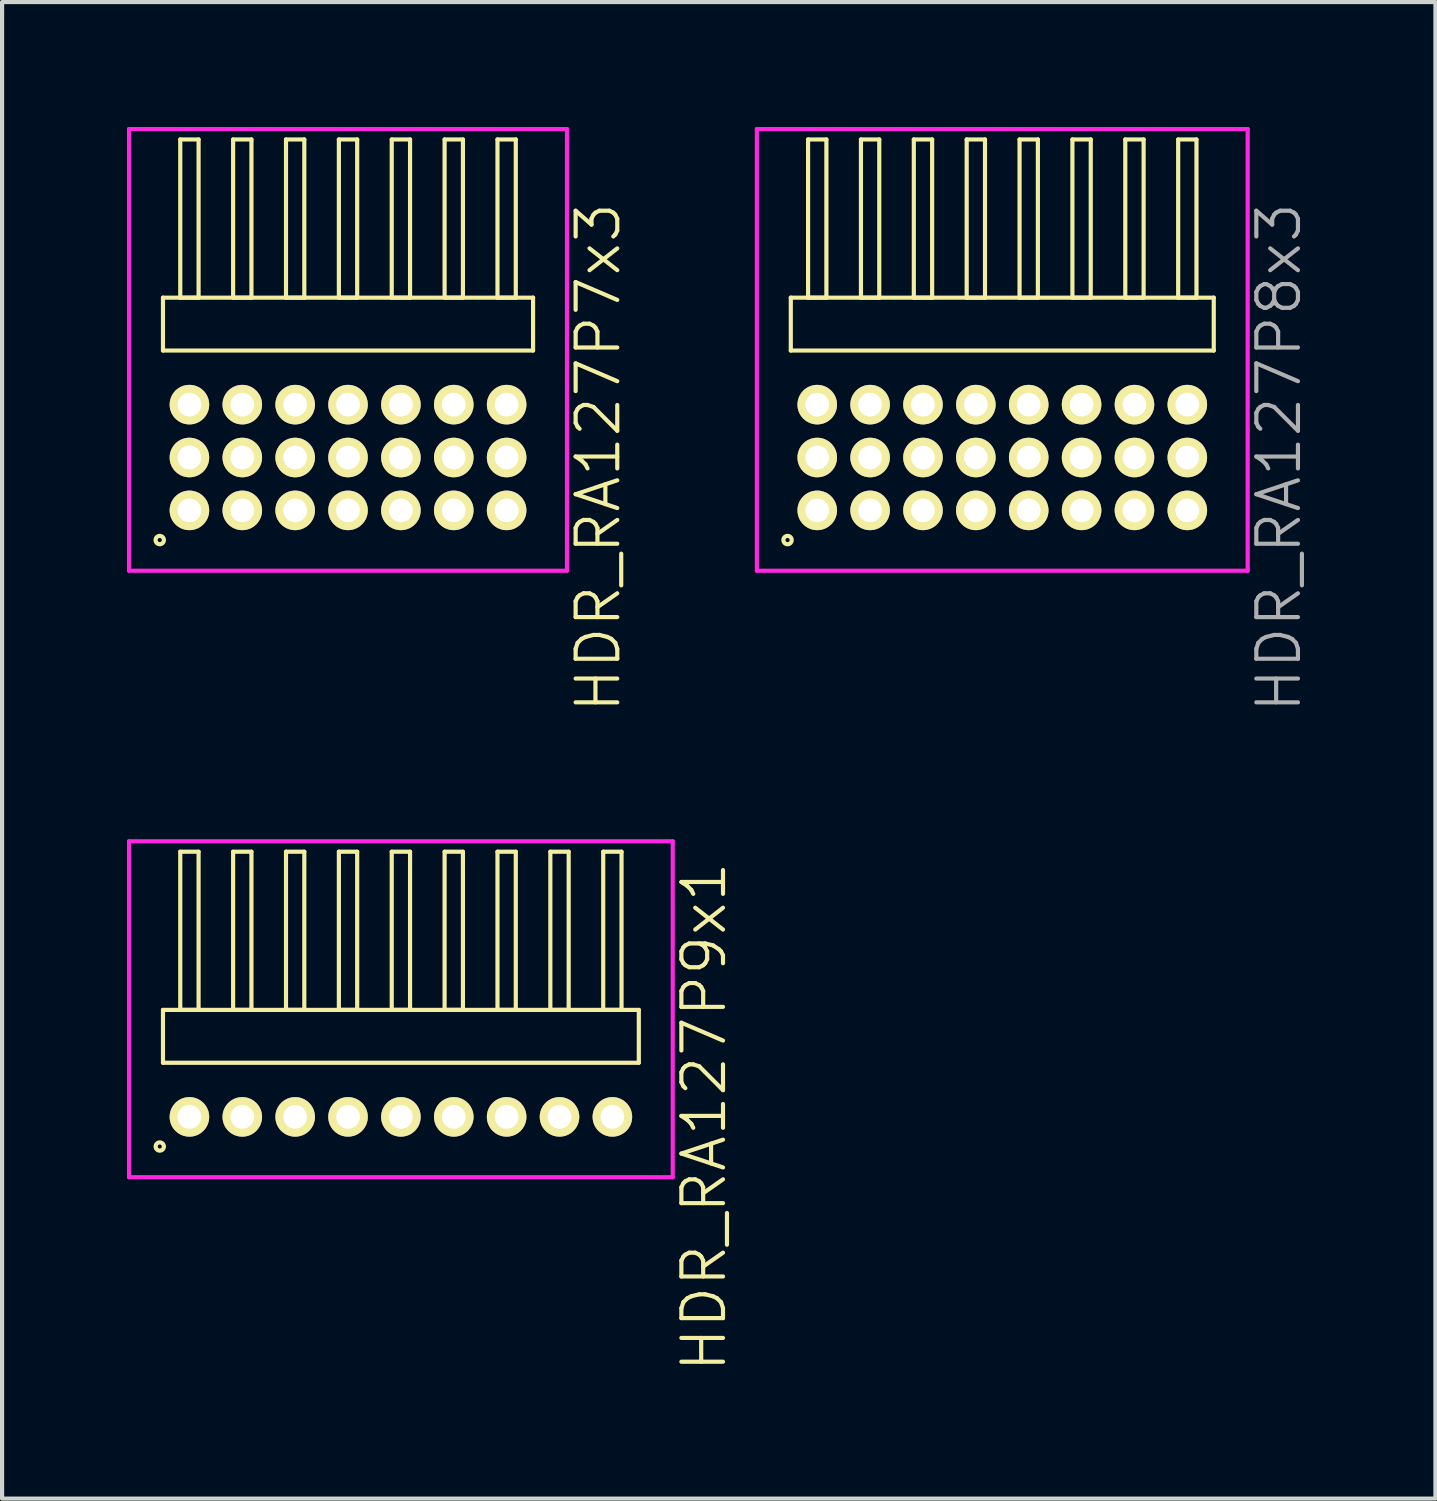
<source format=kicad_pcb>
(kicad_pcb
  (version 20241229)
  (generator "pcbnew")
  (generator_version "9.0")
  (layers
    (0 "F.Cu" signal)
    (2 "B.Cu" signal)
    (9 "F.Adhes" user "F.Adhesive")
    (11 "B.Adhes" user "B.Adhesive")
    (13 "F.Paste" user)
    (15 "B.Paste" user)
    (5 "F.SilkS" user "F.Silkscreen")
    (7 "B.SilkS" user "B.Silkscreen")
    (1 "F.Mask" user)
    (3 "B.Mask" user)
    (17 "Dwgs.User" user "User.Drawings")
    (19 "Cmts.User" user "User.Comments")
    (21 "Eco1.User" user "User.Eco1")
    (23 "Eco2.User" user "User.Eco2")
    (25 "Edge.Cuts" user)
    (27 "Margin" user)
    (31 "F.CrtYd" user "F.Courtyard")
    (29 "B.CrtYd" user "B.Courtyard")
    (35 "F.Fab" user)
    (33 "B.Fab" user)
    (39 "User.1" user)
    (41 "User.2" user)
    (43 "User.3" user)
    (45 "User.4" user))
  (footprint "HDR_RA127P7x3"
    (layer "F.Cu")
    (at 5.31 7.94)
    (property "Reference" "HDR_RA127P7x3" (at 6.01 0 90) (layer "F.SilkS") (effects (font (size 1 1) (thickness 0.1))))
    (attr through_hole)
    (fp_line (start -4.445 -3.84) (end -4.445 -2.57) (stroke (width 0.1) (type solid)) (layer "F.SilkS"))
    (fp_line (start -4.445 -2.57) (end 4.445 -2.57) (stroke (width 0.1) (type solid)) (layer "F.SilkS"))
    (fp_line (start -4.03 -7.64) (end -4.03 -3.84) (stroke (width 0.1) (type solid)) (layer "F.SilkS"))
    (fp_line (start -4.03 -3.84) (end -3.59 -3.84) (stroke (width 0.1) (type solid)) (layer "F.SilkS"))
    (fp_line (start -3.59 -7.64) (end -4.03 -7.64) (stroke (width 0.1) (type solid)) (layer "F.SilkS"))
    (fp_line (start -3.59 -3.84) (end -3.59 -7.64) (stroke (width 0.1) (type solid)) (layer "F.SilkS"))
    (fp_line (start -2.76 -7.64) (end -2.76 -3.84) (stroke (width 0.1) (type solid)) (layer "F.SilkS"))
    (fp_line (start -2.76 -3.84) (end -2.32 -3.84) (stroke (width 0.1) (type solid)) (layer "F.SilkS"))
    (fp_line (start -2.32 -7.64) (end -2.76 -7.64) (stroke (width 0.1) (type solid)) (layer "F.SilkS"))
    (fp_line (start -2.32 -3.84) (end -2.32 -7.64) (stroke (width 0.1) (type solid)) (layer "F.SilkS"))
    (fp_line (start -1.49 -7.64) (end -1.49 -3.84) (stroke (width 0.1) (type solid)) (layer "F.SilkS"))
    (fp_line (start -1.49 -3.84) (end -1.05 -3.84) (stroke (width 0.1) (type solid)) (layer "F.SilkS"))
    (fp_line (start -1.05 -7.64) (end -1.49 -7.64) (stroke (width 0.1) (type solid)) (layer "F.SilkS"))
    (fp_line (start -1.05 -3.84) (end -1.05 -7.64) (stroke (width 0.1) (type solid)) (layer "F.SilkS"))
    (fp_line (start -0.22 -7.64) (end -0.22 -3.84) (stroke (width 0.1) (type solid)) (layer "F.SilkS"))
    (fp_line (start -0.22 -3.84) (end 0.22 -3.84) (stroke (width 0.1) (type solid)) (layer "F.SilkS"))
    (fp_line (start 0.22 -7.64) (end -0.22 -7.64) (stroke (width 0.1) (type solid)) (layer "F.SilkS"))
    (fp_line (start 0.22 -3.84) (end 0.22 -7.64) (stroke (width 0.1) (type solid)) (layer "F.SilkS"))
    (fp_line (start 1.05 -7.64) (end 1.05 -3.84) (stroke (width 0.1) (type solid)) (layer "F.SilkS"))
    (fp_line (start 1.05 -3.84) (end 1.49 -3.84) (stroke (width 0.1) (type solid)) (layer "F.SilkS"))
    (fp_line (start 1.49 -7.64) (end 1.05 -7.64) (stroke (width 0.1) (type solid)) (layer "F.SilkS"))
    (fp_line (start 1.49 -3.84) (end 1.49 -7.64) (stroke (width 0.1) (type solid)) (layer "F.SilkS"))
    (fp_line (start 2.32 -7.64) (end 2.32 -3.84) (stroke (width 0.1) (type solid)) (layer "F.SilkS"))
    (fp_line (start 2.32 -3.84) (end 2.76 -3.84) (stroke (width 0.1) (type solid)) (layer "F.SilkS"))
    (fp_line (start 2.76 -7.64) (end 2.32 -7.64) (stroke (width 0.1) (type solid)) (layer "F.SilkS"))
    (fp_line (start 2.76 -3.84) (end 2.76 -7.64) (stroke (width 0.1) (type solid)) (layer "F.SilkS"))
    (fp_line (start 3.59 -7.64) (end 3.59 -3.84) (stroke (width 0.1) (type solid)) (layer "F.SilkS"))
    (fp_line (start 3.59 -3.84) (end 4.03 -3.84) (stroke (width 0.1) (type solid)) (layer "F.SilkS"))
    (fp_line (start 4.03 -7.64) (end 3.59 -7.64) (stroke (width 0.1) (type solid)) (layer "F.SilkS"))
    (fp_line (start 4.03 -3.84) (end 4.03 -7.64) (stroke (width 0.1) (type solid)) (layer "F.SilkS"))
    (fp_line (start 4.445 -3.84) (end -4.445 -3.84) (stroke (width 0.1) (type solid)) (layer "F.SilkS"))
    (fp_line (start 4.445 -2.57) (end 4.445 -3.84) (stroke (width 0.1) (type solid)) (layer "F.SilkS"))
    (fp_circle (center -4.523 1.983) (end -4.423 1.983) (stroke (width 0.1) (type solid)) (fill no) (layer "F.SilkS"))
    (fp_line (start -5.26 -7.89) (end -5.26 2.72) (stroke (width 0.1) (type solid)) (layer "F.CrtYd"))
    (fp_line (start -5.26 2.72) (end 5.26 2.72) (stroke (width 0.1) (type solid)) (layer "F.CrtYd"))
    (fp_line (start 5.26 -7.89) (end -5.26 -7.89) (stroke (width 0.1) (type solid)) (layer "F.CrtYd"))
    (fp_line (start 5.26 2.72) (end 5.26 -7.89) (stroke (width 0.1) (type solid)) (layer "F.CrtYd"))
    (pad "1" thru_hole oval (at -3.81 1.27) (size 0.95 0.95) (drill 0.57) (layers "*.Cu" "*.Mask" "F.SilkS"))
    (pad "2" thru_hole oval (at -3.81 0) (size 0.95 0.95) (drill 0.57) (layers "*.Cu" "*.Mask" "F.SilkS"))
    (pad "3" thru_hole oval (at -3.81 -1.27) (size 0.95 0.95) (drill 0.57) (layers "*.Cu" "*.Mask" "F.SilkS"))
    (pad "4" thru_hole oval (at -2.54 1.27) (size 0.95 0.95) (drill 0.57) (layers "*.Cu" "*.Mask" "F.SilkS"))
    (pad "5" thru_hole oval (at -2.54 0) (size 0.95 0.95) (drill 0.57) (layers "*.Cu" "*.Mask" "F.SilkS"))
    (pad "6" thru_hole oval (at -2.54 -1.27) (size 0.95 0.95) (drill 0.57) (layers "*.Cu" "*.Mask" "F.SilkS"))
    (pad "7" thru_hole oval (at -1.27 1.27) (size 0.95 0.95) (drill 0.57) (layers "*.Cu" "*.Mask" "F.SilkS"))
    (pad "8" thru_hole oval (at -1.27 0) (size 0.95 0.95) (drill 0.57) (layers "*.Cu" "*.Mask" "F.SilkS"))
    (pad "9" thru_hole oval (at -1.27 -1.27) (size 0.95 0.95) (drill 0.57) (layers "*.Cu" "*.Mask" "F.SilkS"))
    (pad "10" thru_hole oval (at 0 1.27) (size 0.95 0.95) (drill 0.57) (layers "*.Cu" "*.Mask" "F.SilkS"))
    (pad "11" thru_hole oval (at 0 0) (size 0.95 0.95) (drill 0.57) (layers "*.Cu" "*.Mask" "F.SilkS"))
    (pad "12" thru_hole oval (at 0 -1.27) (size 0.95 0.95) (drill 0.57) (layers "*.Cu" "*.Mask" "F.SilkS"))
    (pad "13" thru_hole oval (at 1.27 1.27) (size 0.95 0.95) (drill 0.57) (layers "*.Cu" "*.Mask" "F.SilkS"))
    (pad "14" thru_hole oval (at 1.27 0) (size 0.95 0.95) (drill 0.57) (layers "*.Cu" "*.Mask" "F.SilkS"))
    (pad "15" thru_hole oval (at 1.27 -1.27) (size 0.95 0.95) (drill 0.57) (layers "*.Cu" "*.Mask" "F.SilkS"))
    (pad "16" thru_hole oval (at 2.54 1.27) (size 0.95 0.95) (drill 0.57) (layers "*.Cu" "*.Mask" "F.SilkS"))
    (pad "17" thru_hole oval (at 2.54 0) (size 0.95 0.95) (drill 0.57) (layers "*.Cu" "*.Mask" "F.SilkS"))
    (pad "18" thru_hole oval (at 2.54 -1.27) (size 0.95 0.95) (drill 0.57) (layers "*.Cu" "*.Mask" "F.SilkS"))
    (pad "19" thru_hole oval (at 3.81 1.27) (size 0.95 0.95) (drill 0.57) (layers "*.Cu" "*.Mask" "F.SilkS"))
    (pad "20" thru_hole oval (at 3.81 0) (size 0.95 0.95) (drill 0.57) (layers "*.Cu" "*.Mask" "F.SilkS"))
    (pad "21" thru_hole oval (at 3.81 -1.27) (size 0.95 0.95) (drill 0.57) (layers "*.Cu" "*.Mask" "F.SilkS")))
  (footprint "HDR_RA127P9x1"
    (layer "F.Cu")
    (at 6.58 23.779)
    (property "Reference" "HDR_RA127P9x1" (at 7.28 0 90) (layer "F.SilkS") (effects (font (size 1 1) (thickness 0.1))))
    (attr through_hole)
    (fp_line (start -5.715 -2.57) (end -5.715 -1.3) (stroke (width 0.1) (type solid)) (layer "F.SilkS"))
    (fp_line (start -5.715 -1.3) (end 5.715 -1.3) (stroke (width 0.1) (type solid)) (layer "F.SilkS"))
    (fp_line (start -5.3 -6.37) (end -5.3 -2.57) (stroke (width 0.1) (type solid)) (layer "F.SilkS"))
    (fp_line (start -5.3 -2.57) (end -4.86 -2.57) (stroke (width 0.1) (type solid)) (layer "F.SilkS"))
    (fp_line (start -4.86 -6.37) (end -5.3 -6.37) (stroke (width 0.1) (type solid)) (layer "F.SilkS"))
    (fp_line (start -4.86 -2.57) (end -4.86 -6.37) (stroke (width 0.1) (type solid)) (layer "F.SilkS"))
    (fp_line (start -4.03 -6.37) (end -4.03 -2.57) (stroke (width 0.1) (type solid)) (layer "F.SilkS"))
    (fp_line (start -4.03 -2.57) (end -3.59 -2.57) (stroke (width 0.1) (type solid)) (layer "F.SilkS"))
    (fp_line (start -3.59 -6.37) (end -4.03 -6.37) (stroke (width 0.1) (type solid)) (layer "F.SilkS"))
    (fp_line (start -3.59 -2.57) (end -3.59 -6.37) (stroke (width 0.1) (type solid)) (layer "F.SilkS"))
    (fp_line (start -2.76 -6.37) (end -2.76 -2.57) (stroke (width 0.1) (type solid)) (layer "F.SilkS"))
    (fp_line (start -2.76 -2.57) (end -2.32 -2.57) (stroke (width 0.1) (type solid)) (layer "F.SilkS"))
    (fp_line (start -2.32 -6.37) (end -2.76 -6.37) (stroke (width 0.1) (type solid)) (layer "F.SilkS"))
    (fp_line (start -2.32 -2.57) (end -2.32 -6.37) (stroke (width 0.1) (type solid)) (layer "F.SilkS"))
    (fp_line (start -1.49 -6.37) (end -1.49 -2.57) (stroke (width 0.1) (type solid)) (layer "F.SilkS"))
    (fp_line (start -1.49 -2.57) (end -1.05 -2.57) (stroke (width 0.1) (type solid)) (layer "F.SilkS"))
    (fp_line (start -1.05 -6.37) (end -1.49 -6.37) (stroke (width 0.1) (type solid)) (layer "F.SilkS"))
    (fp_line (start -1.05 -2.57) (end -1.05 -6.37) (stroke (width 0.1) (type solid)) (layer "F.SilkS"))
    (fp_line (start -0.22 -6.37) (end -0.22 -2.57) (stroke (width 0.1) (type solid)) (layer "F.SilkS"))
    (fp_line (start -0.22 -2.57) (end 0.22 -2.57) (stroke (width 0.1) (type solid)) (layer "F.SilkS"))
    (fp_line (start 0.22 -6.37) (end -0.22 -6.37) (stroke (width 0.1) (type solid)) (layer "F.SilkS"))
    (fp_line (start 0.22 -2.57) (end 0.22 -6.37) (stroke (width 0.1) (type solid)) (layer "F.SilkS"))
    (fp_line (start 1.05 -6.37) (end 1.05 -2.57) (stroke (width 0.1) (type solid)) (layer "F.SilkS"))
    (fp_line (start 1.05 -2.57) (end 1.49 -2.57) (stroke (width 0.1) (type solid)) (layer "F.SilkS"))
    (fp_line (start 1.49 -6.37) (end 1.05 -6.37) (stroke (width 0.1) (type solid)) (layer "F.SilkS"))
    (fp_line (start 1.49 -2.57) (end 1.49 -6.37) (stroke (width 0.1) (type solid)) (layer "F.SilkS"))
    (fp_line (start 2.32 -6.37) (end 2.32 -2.57) (stroke (width 0.1) (type solid)) (layer "F.SilkS"))
    (fp_line (start 2.32 -2.57) (end 2.76 -2.57) (stroke (width 0.1) (type solid)) (layer "F.SilkS"))
    (fp_line (start 2.76 -6.37) (end 2.32 -6.37) (stroke (width 0.1) (type solid)) (layer "F.SilkS"))
    (fp_line (start 2.76 -2.57) (end 2.76 -6.37) (stroke (width 0.1) (type solid)) (layer "F.SilkS"))
    (fp_line (start 3.59 -6.37) (end 3.59 -2.57) (stroke (width 0.1) (type solid)) (layer "F.SilkS"))
    (fp_line (start 3.59 -2.57) (end 4.03 -2.57) (stroke (width 0.1) (type solid)) (layer "F.SilkS"))
    (fp_line (start 4.03 -6.37) (end 3.59 -6.37) (stroke (width 0.1) (type solid)) (layer "F.SilkS"))
    (fp_line (start 4.03 -2.57) (end 4.03 -6.37) (stroke (width 0.1) (type solid)) (layer "F.SilkS"))
    (fp_line (start 4.86 -6.37) (end 4.86 -2.57) (stroke (width 0.1) (type solid)) (layer "F.SilkS"))
    (fp_line (start 4.86 -2.57) (end 5.3 -2.57) (stroke (width 0.1) (type solid)) (layer "F.SilkS"))
    (fp_line (start 5.3 -6.37) (end 4.86 -6.37) (stroke (width 0.1) (type solid)) (layer "F.SilkS"))
    (fp_line (start 5.3 -2.57) (end 5.3 -6.37) (stroke (width 0.1) (type solid)) (layer "F.SilkS"))
    (fp_line (start 5.715 -2.57) (end -5.715 -2.57) (stroke (width 0.1) (type solid)) (layer "F.SilkS"))
    (fp_line (start 5.715 -1.3) (end 5.715 -2.57) (stroke (width 0.1) (type solid)) (layer "F.SilkS"))
    (fp_circle (center -5.792 0.712) (end -5.693 0.712) (stroke (width 0.1) (type solid)) (fill no) (layer "F.SilkS"))
    (fp_line (start -6.53 -6.62) (end -6.53 1.45) (stroke (width 0.1) (type solid)) (layer "F.CrtYd"))
    (fp_line (start -6.53 1.45) (end 6.53 1.45) (stroke (width 0.1) (type solid)) (layer "F.CrtYd"))
    (fp_line (start 6.53 -6.62) (end -6.53 -6.62) (stroke (width 0.1) (type solid)) (layer "F.CrtYd"))
    (fp_line (start 6.53 1.45) (end 6.53 -6.62) (stroke (width 0.1) (type solid)) (layer "F.CrtYd"))
    (pad "1" thru_hole oval (at -5.08 0) (size 0.95 0.95) (drill 0.57) (layers "*.Cu" "*.Mask" "F.SilkS"))
    (pad "2" thru_hole oval (at -3.81 0) (size 0.95 0.95) (drill 0.57) (layers "*.Cu" "*.Mask" "F.SilkS"))
    (pad "3" thru_hole oval (at -2.54 0) (size 0.95 0.95) (drill 0.57) (layers "*.Cu" "*.Mask" "F.SilkS"))
    (pad "4" thru_hole oval (at -1.27 0) (size 0.95 0.95) (drill 0.57) (layers "*.Cu" "*.Mask" "F.SilkS"))
    (pad "5" thru_hole oval (at 0 0) (size 0.95 0.95) (drill 0.57) (layers "*.Cu" "*.Mask" "F.SilkS"))
    (pad "6" thru_hole oval (at 1.27 0) (size 0.95 0.95) (drill 0.57) (layers "*.Cu" "*.Mask" "F.SilkS"))
    (pad "7" thru_hole oval (at 2.54 0) (size 0.95 0.95) (drill 0.57) (layers "*.Cu" "*.Mask" "F.SilkS"))
    (pad "8" thru_hole oval (at 3.81 0) (size 0.95 0.95) (drill 0.57) (layers "*.Cu" "*.Mask" "F.SilkS"))
    (pad "9" thru_hole oval (at 5.08 0) (size 0.95 0.95) (drill 0.57) (layers "*.Cu" "*.Mask" "F.SilkS")))
  (footprint "HDR_RA127P8x3"
    (layer "F.Cu")
    (at 21.026 7.94)
    (property "Reference" "HDR_RA127P8x3" (at 6.645 0 90) (layer "F.Fab") (effects (font (size 1 1) (thickness 0.1))))
    (attr through_hole)
    (fp_line (start -5.08 -3.84) (end -5.08 -2.57) (stroke (width 0.1) (type solid)) (layer "F.SilkS"))
    (fp_line (start -5.08 -2.57) (end 5.08 -2.57) (stroke (width 0.1) (type solid)) (layer "F.SilkS"))
    (fp_line (start -4.665 -7.64) (end -4.665 -3.84) (stroke (width 0.1) (type solid)) (layer "F.SilkS"))
    (fp_line (start -4.665 -3.84) (end -4.225 -3.84) (stroke (width 0.1) (type solid)) (layer "F.SilkS"))
    (fp_line (start -4.225 -7.64) (end -4.665 -7.64) (stroke (width 0.1) (type solid)) (layer "F.SilkS"))
    (fp_line (start -4.225 -3.84) (end -4.225 -7.64) (stroke (width 0.1) (type solid)) (layer "F.SilkS"))
    (fp_line (start -3.395 -7.64) (end -3.395 -3.84) (stroke (width 0.1) (type solid)) (layer "F.SilkS"))
    (fp_line (start -3.395 -3.84) (end -2.955 -3.84) (stroke (width 0.1) (type solid)) (layer "F.SilkS"))
    (fp_line (start -2.955 -7.64) (end -3.395 -7.64) (stroke (width 0.1) (type solid)) (layer "F.SilkS"))
    (fp_line (start -2.955 -3.84) (end -2.955 -7.64) (stroke (width 0.1) (type solid)) (layer "F.SilkS"))
    (fp_line (start -2.125 -7.64) (end -2.125 -3.84) (stroke (width 0.1) (type solid)) (layer "F.SilkS"))
    (fp_line (start -2.125 -3.84) (end -1.685 -3.84) (stroke (width 0.1) (type solid)) (layer "F.SilkS"))
    (fp_line (start -1.685 -7.64) (end -2.125 -7.64) (stroke (width 0.1) (type solid)) (layer "F.SilkS"))
    (fp_line (start -1.685 -3.84) (end -1.685 -7.64) (stroke (width 0.1) (type solid)) (layer "F.SilkS"))
    (fp_line (start -0.855 -7.64) (end -0.855 -3.84) (stroke (width 0.1) (type solid)) (layer "F.SilkS"))
    (fp_line (start -0.855 -3.84) (end -0.415 -3.84) (stroke (width 0.1) (type solid)) (layer "F.SilkS"))
    (fp_line (start -0.415 -7.64) (end -0.855 -7.64) (stroke (width 0.1) (type solid)) (layer "F.SilkS"))
    (fp_line (start -0.415 -3.84) (end -0.415 -7.64) (stroke (width 0.1) (type solid)) (layer "F.SilkS"))
    (fp_line (start 0.415 -7.64) (end 0.415 -3.84) (stroke (width 0.1) (type solid)) (layer "F.SilkS"))
    (fp_line (start 0.415 -3.84) (end 0.855 -3.84) (stroke (width 0.1) (type solid)) (layer "F.SilkS"))
    (fp_line (start 0.855 -7.64) (end 0.415 -7.64) (stroke (width 0.1) (type solid)) (layer "F.SilkS"))
    (fp_line (start 0.855 -3.84) (end 0.855 -7.64) (stroke (width 0.1) (type solid)) (layer "F.SilkS"))
    (fp_line (start 1.685 -7.64) (end 1.685 -3.84) (stroke (width 0.1) (type solid)) (layer "F.SilkS"))
    (fp_line (start 1.685 -3.84) (end 2.125 -3.84) (stroke (width 0.1) (type solid)) (layer "F.SilkS"))
    (fp_line (start 2.125 -7.64) (end 1.685 -7.64) (stroke (width 0.1) (type solid)) (layer "F.SilkS"))
    (fp_line (start 2.125 -3.84) (end 2.125 -7.64) (stroke (width 0.1) (type solid)) (layer "F.SilkS"))
    (fp_line (start 2.955 -7.64) (end 2.955 -3.84) (stroke (width 0.1) (type solid)) (layer "F.SilkS"))
    (fp_line (start 2.955 -3.84) (end 3.395 -3.84) (stroke (width 0.1) (type solid)) (layer "F.SilkS"))
    (fp_line (start 3.395 -7.64) (end 2.955 -7.64) (stroke (width 0.1) (type solid)) (layer "F.SilkS"))
    (fp_line (start 3.395 -3.84) (end 3.395 -7.64) (stroke (width 0.1) (type solid)) (layer "F.SilkS"))
    (fp_line (start 4.225 -7.64) (end 4.225 -3.84) (stroke (width 0.1) (type solid)) (layer "F.SilkS"))
    (fp_line (start 4.225 -3.84) (end 4.665 -3.84) (stroke (width 0.1) (type solid)) (layer "F.SilkS"))
    (fp_line (start 4.665 -7.64) (end 4.225 -7.64) (stroke (width 0.1) (type solid)) (layer "F.SilkS"))
    (fp_line (start 4.665 -3.84) (end 4.665 -7.64) (stroke (width 0.1) (type solid)) (layer "F.SilkS"))
    (fp_line (start 5.08 -3.84) (end -5.08 -3.84) (stroke (width 0.1) (type solid)) (layer "F.SilkS"))
    (fp_line (start 5.08 -2.57) (end 5.08 -3.84) (stroke (width 0.1) (type solid)) (layer "F.SilkS"))
    (fp_circle (center -5.158 1.983) (end -5.058 1.983) (stroke (width 0.1) (type solid)) (fill no) (layer "F.SilkS"))
    (fp_line (start -5.895 -7.89) (end -5.895 2.72) (stroke (width 0.1) (type solid)) (layer "F.CrtYd"))
    (fp_line (start -5.895 2.72) (end 5.895 2.72) (stroke (width 0.1) (type solid)) (layer "F.CrtYd"))
    (fp_line (start 5.895 -7.89) (end -5.895 -7.89) (stroke (width 0.1) (type solid)) (layer "F.CrtYd"))
    (fp_line (start 5.895 2.72) (end 5.895 -7.89) (stroke (width 0.1) (type solid)) (layer "F.CrtYd"))
    (pad "1" thru_hole oval (at -4.445 1.27) (size 0.95 0.95) (drill 0.57) (layers "*.Cu" "*.Mask" "F.SilkS"))
    (pad "2" thru_hole oval (at -4.445 0) (size 0.95 0.95) (drill 0.57) (layers "*.Cu" "*.Mask" "F.SilkS"))
    (pad "3" thru_hole oval (at -4.445 -1.27) (size 0.95 0.95) (drill 0.57) (layers "*.Cu" "*.Mask" "F.SilkS"))
    (pad "4" thru_hole oval (at -3.175 1.27) (size 0.95 0.95) (drill 0.57) (layers "*.Cu" "*.Mask" "F.SilkS"))
    (pad "5" thru_hole oval (at -3.175 0) (size 0.95 0.95) (drill 0.57) (layers "*.Cu" "*.Mask" "F.SilkS"))
    (pad "6" thru_hole oval (at -3.175 -1.27) (size 0.95 0.95) (drill 0.57) (layers "*.Cu" "*.Mask" "F.SilkS"))
    (pad "7" thru_hole oval (at -1.905 1.27) (size 0.95 0.95) (drill 0.57) (layers "*.Cu" "*.Mask" "F.SilkS"))
    (pad "8" thru_hole oval (at -1.905 0) (size 0.95 0.95) (drill 0.57) (layers "*.Cu" "*.Mask" "F.SilkS"))
    (pad "9" thru_hole oval (at -1.905 -1.27) (size 0.95 0.95) (drill 0.57) (layers "*.Cu" "*.Mask" "F.SilkS"))
    (pad "10" thru_hole oval (at -0.635 1.27) (size 0.95 0.95) (drill 0.57) (layers "*.Cu" "*.Mask" "F.SilkS"))
    (pad "11" thru_hole oval (at -0.635 0) (size 0.95 0.95) (drill 0.57) (layers "*.Cu" "*.Mask" "F.SilkS"))
    (pad "12" thru_hole oval (at -0.635 -1.27) (size 0.95 0.95) (drill 0.57) (layers "*.Cu" "*.Mask" "F.SilkS"))
    (pad "13" thru_hole oval (at 0.635 1.27) (size 0.95 0.95) (drill 0.57) (layers "*.Cu" "*.Mask" "F.SilkS"))
    (pad "14" thru_hole oval (at 0.635 0) (size 0.95 0.95) (drill 0.57) (layers "*.Cu" "*.Mask" "F.SilkS"))
    (pad "15" thru_hole oval (at 0.635 -1.27) (size 0.95 0.95) (drill 0.57) (layers "*.Cu" "*.Mask" "F.SilkS"))
    (pad "16" thru_hole oval (at 1.905 1.27) (size 0.95 0.95) (drill 0.57) (layers "*.Cu" "*.Mask" "F.SilkS"))
    (pad "17" thru_hole oval (at 1.905 0) (size 0.95 0.95) (drill 0.57) (layers "*.Cu" "*.Mask" "F.SilkS"))
    (pad "18" thru_hole oval (at 1.905 -1.27) (size 0.95 0.95) (drill 0.57) (layers "*.Cu" "*.Mask" "F.SilkS"))
    (pad "19" thru_hole oval (at 3.175 1.27) (size 0.95 0.95) (drill 0.57) (layers "*.Cu" "*.Mask" "F.SilkS"))
    (pad "20" thru_hole oval (at 3.175 0) (size 0.95 0.95) (drill 0.57) (layers "*.Cu" "*.Mask" "F.SilkS"))
    (pad "21" thru_hole oval (at 3.175 -1.27) (size 0.95 0.95) (drill 0.57) (layers "*.Cu" "*.Mask" "F.SilkS"))
    (pad "22" thru_hole oval (at 4.445 1.27) (size 0.95 0.95) (drill 0.57) (layers "*.Cu" "*.Mask" "F.SilkS"))
    (pad "23" thru_hole oval (at 4.445 0) (size 0.95 0.95) (drill 0.57) (layers "*.Cu" "*.Mask" "F.SilkS"))
    (pad "24" thru_hole oval (at 4.445 -1.27) (size 0.95 0.95) (drill 0.57) (layers "*.Cu" "*.Mask" "F.SilkS")))
  (gr_rect
    (start -3 -3)
    (end 31.431 32.948)
    (stroke (width 0.1) (type default))
    (fill no)
    (layer "Edge.Cuts")))
</source>
